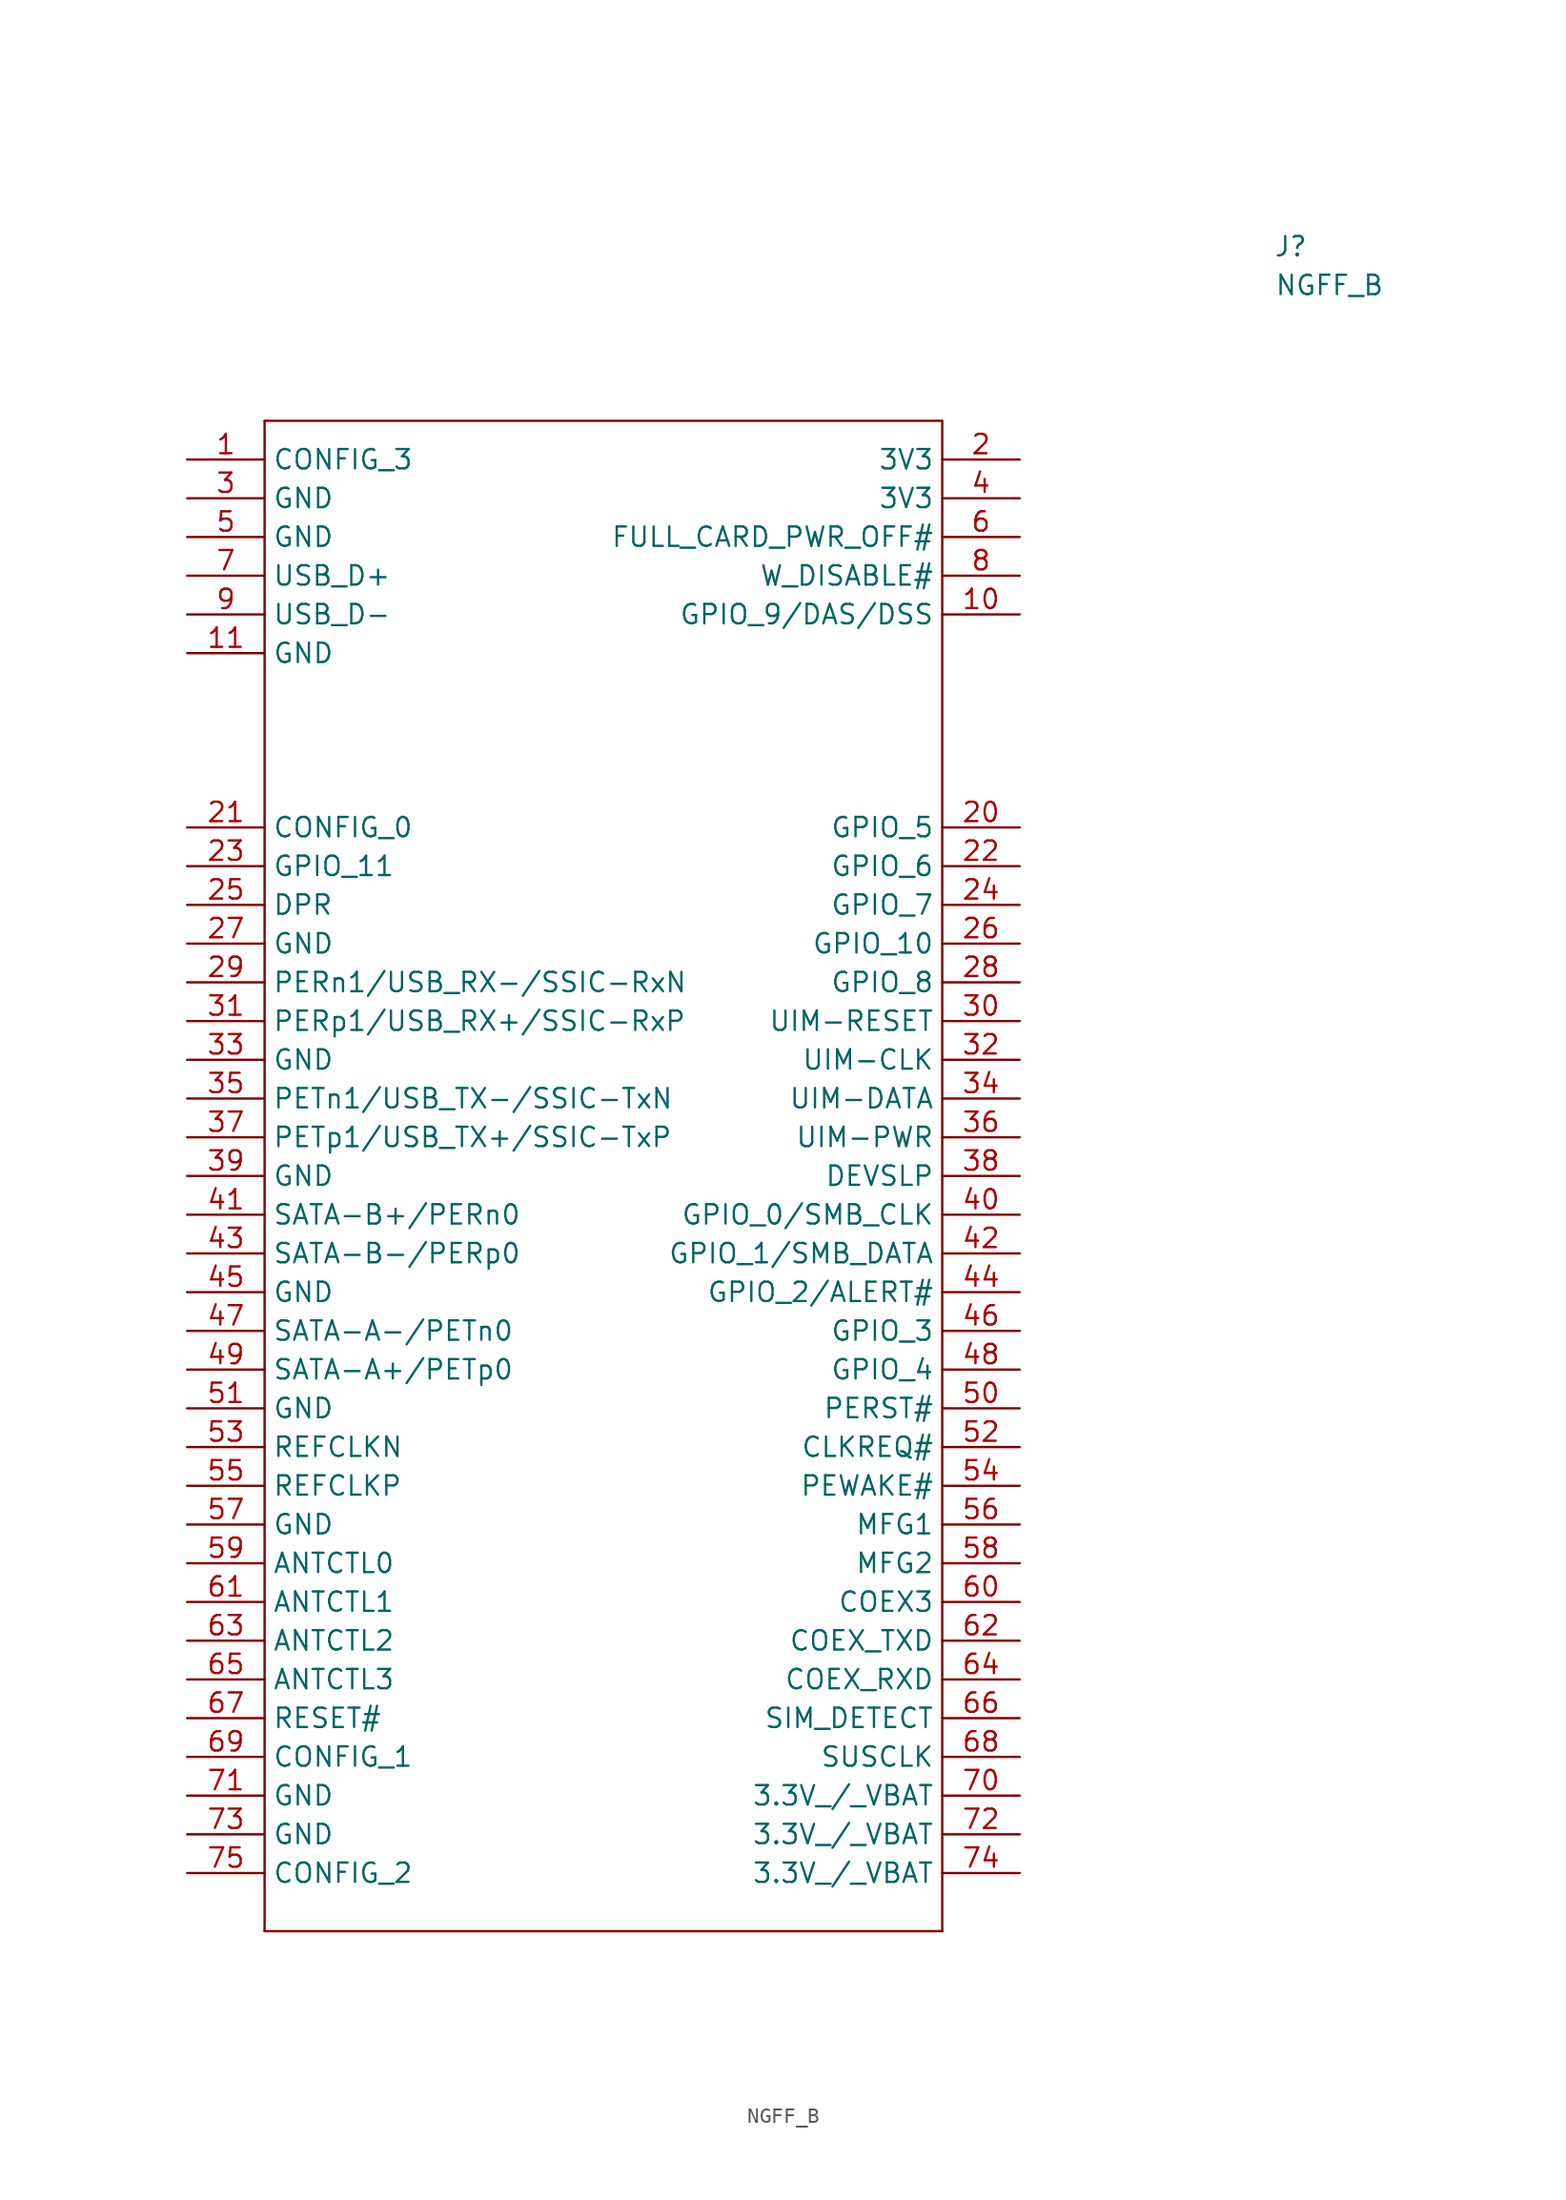
<source format=kicad_sym>
(kicad_symbol_lib
  (version 20211014)
  (generator kicad_symbol_editor)
  (symbol "NGFF_B"
    (property "Reference" "J"
      (at 87.63 21.59 0)
      (effects (font (size 1.27 1.27))))
    (property "Value" "NGFF_B"
      (at 90.17 19.05 0)
      (effects (font (size 1.27 1.27))))
    (symbol "NGFF_B_0_1"
      (polyline (pts (xy 20.32 -88.9) (xy 64.77 -88.9)) (stroke (width 0) (type default) (color 0 0 0 0)) (fill (type none)))
      (polyline (pts (xy 20.32 10.16) (xy 20.32 -88.9)) (stroke (width 0) (type default) (color 0 0 0 0)) (fill (type none)))
      (polyline (pts (xy 20.32 10.16) (xy 64.77 10.16) (xy 64.77 -88.9)) (stroke (width 0) (type default) (color 0 0 0 0)) (fill (type none))))
    (symbol "NGFF_B_1_1"
      (pin passive line (at 15.24 7.62 0) (length 5.08) (name "CONFIG_3" (effects (font (size 1.27 1.27)))) (number "1" (effects (font (size 1.27 1.27)))))
      (pin passive line (at 69.85 -2.54 180) (length 5.08) (name "GPIO_9/DAS/DSS" (effects (font (size 1.27 1.27)))) (number "10" (effects (font (size 1.27 1.27)))))
      (pin passive line (at 15.24 -5.08 0) (length 5.08) (name "GND" (effects (font (size 1.27 1.27)))) (number "11" (effects (font (size 1.27 1.27)))))
      (pin passive line (at 69.85 7.62 180) (length 5.08) (name "3V3" (effects (font (size 1.27 1.27)))) (number "2" (effects (font (size 1.27 1.27)))))
      (pin passive line (at 69.85 -16.51 180) (length 5.08) (name "GPIO_5" (effects (font (size 1.27 1.27)))) (number "20" (effects (font (size 1.27 1.27)))))
      (pin passive line (at 15.24 -16.51 0) (length 5.08) (name "CONFIG_0" (effects (font (size 1.27 1.27)))) (number "21" (effects (font (size 1.27 1.27)))))
      (pin passive line (at 69.85 -19.05 180) (length 5.08) (name "GPIO_6" (effects (font (size 1.27 1.27)))) (number "22" (effects (font (size 1.27 1.27)))))
      (pin passive line (at 15.24 -19.05 0) (length 5.08) (name "GPIO_11" (effects (font (size 1.27 1.27)))) (number "23" (effects (font (size 1.27 1.27)))))
      (pin passive line (at 69.85 -21.59 180) (length 5.08) (name "GPIO_7" (effects (font (size 1.27 1.27)))) (number "24" (effects (font (size 1.27 1.27)))))
      (pin passive line (at 15.24 -21.59 0) (length 5.08) (name "DPR" (effects (font (size 1.27 1.27)))) (number "25" (effects (font (size 1.27 1.27)))))
      (pin passive line (at 69.85 -24.13 180) (length 5.08) (name "GPIO_10" (effects (font (size 1.27 1.27)))) (number "26" (effects (font (size 1.27 1.27)))))
      (pin passive line (at 15.24 -24.13 0) (length 5.08) (name "GND" (effects (font (size 1.27 1.27)))) (number "27" (effects (font (size 1.27 1.27)))))
      (pin passive line (at 69.85 -26.67 180) (length 5.08) (name "GPIO_8" (effects (font (size 1.27 1.27)))) (number "28" (effects (font (size 1.27 1.27)))))
      (pin passive line (at 15.24 -26.67 0) (length 5.08) (name "PERn1/USB_RX-/SSIC-RxN" (effects (font (size 1.27 1.27)))) (number "29" (effects (font (size 1.27 1.27)))))
      (pin passive line (at 15.24 5.08 0) (length 5.08) (name "GND" (effects (font (size 1.27 1.27)))) (number "3" (effects (font (size 1.27 1.27)))))
      (pin passive line (at 69.85 -29.21 180) (length 5.08) (name "UIM-RESET" (effects (font (size 1.27 1.27)))) (number "30" (effects (font (size 1.27 1.27)))))
      (pin passive line (at 15.24 -29.21 0) (length 5.08) (name "PERp1/USB_RX+/SSIC-RxP" (effects (font (size 1.27 1.27)))) (number "31" (effects (font (size 1.27 1.27)))))
      (pin passive line (at 69.85 -31.75 180) (length 5.08) (name "UIM-CLK" (effects (font (size 1.27 1.27)))) (number "32" (effects (font (size 1.27 1.27)))))
      (pin passive line (at 15.24 -31.75 0) (length 5.08) (name "GND" (effects (font (size 1.27 1.27)))) (number "33" (effects (font (size 1.27 1.27)))))
      (pin passive line (at 69.85 -34.29 180) (length 5.08) (name "UIM-DATA" (effects (font (size 1.27 1.27)))) (number "34" (effects (font (size 1.27 1.27)))))
      (pin passive line (at 15.24 -34.29 0) (length 5.08) (name "PETn1/USB_TX-/SSIC-TxN" (effects (font (size 1.27 1.27)))) (number "35" (effects (font (size 1.27 1.27)))))
      (pin passive line (at 69.85 -36.83 180) (length 5.08) (name "UIM-PWR" (effects (font (size 1.27 1.27)))) (number "36" (effects (font (size 1.27 1.27)))))
      (pin passive line (at 15.24 -36.83 0) (length 5.08) (name "PETp1/USB_TX+/SSIC-TxP" (effects (font (size 1.27 1.27)))) (number "37" (effects (font (size 1.27 1.27)))))
      (pin passive line (at 69.85 -39.37 180) (length 5.08) (name "DEVSLP" (effects (font (size 1.27 1.27)))) (number "38" (effects (font (size 1.27 1.27)))))
      (pin passive line (at 15.24 -39.37 0) (length 5.08) (name "GND" (effects (font (size 1.27 1.27)))) (number "39" (effects (font (size 1.27 1.27)))))
      (pin passive line (at 69.85 5.08 180) (length 5.08) (name "3V3" (effects (font (size 1.27 1.27)))) (number "4" (effects (font (size 1.27 1.27)))))
      (pin passive line (at 69.85 -41.91 180) (length 5.08) (name "GPIO_0/SMB_CLK" (effects (font (size 1.27 1.27)))) (number "40" (effects (font (size 1.27 1.27)))))
      (pin passive line (at 15.24 -41.91 0) (length 5.08) (name "SATA-B+/PERn0" (effects (font (size 1.27 1.27)))) (number "41" (effects (font (size 1.27 1.27)))))
      (pin passive line (at 69.85 -44.45 180) (length 5.08) (name "GPIO_1/SMB_DATA" (effects (font (size 1.27 1.27)))) (number "42" (effects (font (size 1.27 1.27)))))
      (pin passive line (at 15.24 -44.45 0) (length 5.08) (name "SATA-B-/PERp0" (effects (font (size 1.27 1.27)))) (number "43" (effects (font (size 1.27 1.27)))))
      (pin passive line (at 69.85 -46.99 180) (length 5.08) (name "GPIO_2/ALERT#" (effects (font (size 1.27 1.27)))) (number "44" (effects (font (size 1.27 1.27)))))
      (pin passive line (at 15.24 -46.99 0) (length 5.08) (name "GND" (effects (font (size 1.27 1.27)))) (number "45" (effects (font (size 1.27 1.27)))))
      (pin passive line (at 69.85 -49.53 180) (length 5.08) (name "GPIO_3" (effects (font (size 1.27 1.27)))) (number "46" (effects (font (size 1.27 1.27)))))
      (pin passive line (at 15.24 -49.53 0) (length 5.08) (name "SATA-A-/PETn0" (effects (font (size 1.27 1.27)))) (number "47" (effects (font (size 1.27 1.27)))))
      (pin passive line (at 69.85 -52.07 180) (length 5.08) (name "GPIO_4" (effects (font (size 1.27 1.27)))) (number "48" (effects (font (size 1.27 1.27)))))
      (pin passive line (at 15.24 -52.07 0) (length 5.08) (name "SATA-A+/PETp0" (effects (font (size 1.27 1.27)))) (number "49" (effects (font (size 1.27 1.27)))))
      (pin passive line (at 15.24 2.54 0) (length 5.08) (name "GND" (effects (font (size 1.27 1.27)))) (number "5" (effects (font (size 1.27 1.27)))))
      (pin passive line (at 69.85 -54.61 180) (length 5.08) (name "PERST#" (effects (font (size 1.27 1.27)))) (number "50" (effects (font (size 1.27 1.27)))))
      (pin passive line (at 15.24 -54.61 0) (length 5.08) (name "GND" (effects (font (size 1.27 1.27)))) (number "51" (effects (font (size 1.27 1.27)))))
      (pin passive line (at 69.85 -57.15 180) (length 5.08) (name "CLKREQ#" (effects (font (size 1.27 1.27)))) (number "52" (effects (font (size 1.27 1.27)))))
      (pin passive line (at 15.24 -57.15 0) (length 5.08) (name "REFCLKN" (effects (font (size 1.27 1.27)))) (number "53" (effects (font (size 1.27 1.27)))))
      (pin passive line (at 69.85 -59.69 180) (length 5.08) (name "PEWAKE#" (effects (font (size 1.27 1.27)))) (number "54" (effects (font (size 1.27 1.27)))))
      (pin passive line (at 15.24 -59.69 0) (length 5.08) (name "REFCLKP" (effects (font (size 1.27 1.27)))) (number "55" (effects (font (size 1.27 1.27)))))
      (pin passive line (at 69.85 -62.23 180) (length 5.08) (name "MFG1" (effects (font (size 1.27 1.27)))) (number "56" (effects (font (size 1.27 1.27)))))
      (pin passive line (at 15.24 -62.23 0) (length 5.08) (name "GND" (effects (font (size 1.27 1.27)))) (number "57" (effects (font (size 1.27 1.27)))))
      (pin passive line (at 69.85 -64.77 180) (length 5.08) (name "MFG2" (effects (font (size 1.27 1.27)))) (number "58" (effects (font (size 1.27 1.27)))))
      (pin passive line (at 15.24 -64.77 0) (length 5.08) (name "ANTCTL0" (effects (font (size 1.27 1.27)))) (number "59" (effects (font (size 1.27 1.27)))))
      (pin passive line (at 69.85 2.54 180) (length 5.08) (name "FULL_CARD_PWR_OFF#" (effects (font (size 1.27 1.27)))) (number "6" (effects (font (size 1.27 1.27)))))
      (pin passive line (at 69.85 -67.31 180) (length 5.08) (name "COEX3" (effects (font (size 1.27 1.27)))) (number "60" (effects (font (size 1.27 1.27)))))
      (pin passive line (at 15.24 -67.31 0) (length 5.08) (name "ANTCTL1" (effects (font (size 1.27 1.27)))) (number "61" (effects (font (size 1.27 1.27)))))
      (pin passive line (at 69.85 -69.85 180) (length 5.08) (name "COEX_TXD" (effects (font (size 1.27 1.27)))) (number "62" (effects (font (size 1.27 1.27)))))
      (pin passive line (at 15.24 -69.85 0) (length 5.08) (name "ANTCTL2" (effects (font (size 1.27 1.27)))) (number "63" (effects (font (size 1.27 1.27)))))
      (pin passive line (at 69.85 -72.39 180) (length 5.08) (name "COEX_RXD" (effects (font (size 1.27 1.27)))) (number "64" (effects (font (size 1.27 1.27)))))
      (pin passive line (at 15.24 -72.39 0) (length 5.08) (name "ANTCTL3" (effects (font (size 1.27 1.27)))) (number "65" (effects (font (size 1.27 1.27)))))
      (pin passive line (at 69.85 -74.93 180) (length 5.08) (name "SIM_DETECT" (effects (font (size 1.27 1.27)))) (number "66" (effects (font (size 1.27 1.27)))))
      (pin passive line (at 15.24 -74.93 0) (length 5.08) (name "RESET#" (effects (font (size 1.27 1.27)))) (number "67" (effects (font (size 1.27 1.27)))))
      (pin passive line (at 69.85 -77.47 180) (length 5.08) (name "SUSCLK" (effects (font (size 1.27 1.27)))) (number "68" (effects (font (size 1.27 1.27)))))
      (pin passive line (at 15.24 -77.47 0) (length 5.08) (name "CONFIG_1" (effects (font (size 1.27 1.27)))) (number "69" (effects (font (size 1.27 1.27)))))
      (pin passive line (at 15.24 0 0) (length 5.08) (name "USB_D+" (effects (font (size 1.27 1.27)))) (number "7" (effects (font (size 1.27 1.27)))))
      (pin passive line (at 69.85 -80.01 180) (length 5.08) (name "3.3V_/_VBAT" (effects (font (size 1.27 1.27)))) (number "70" (effects (font (size 1.27 1.27)))))
      (pin passive line (at 15.24 -80.01 0) (length 5.08) (name "GND" (effects (font (size 1.27 1.27)))) (number "71" (effects (font (size 1.27 1.27)))))
      (pin passive line (at 69.85 -82.55 180) (length 5.08) (name "3.3V_/_VBAT" (effects (font (size 1.27 1.27)))) (number "72" (effects (font (size 1.27 1.27)))))
      (pin passive line (at 15.24 -82.55 0) (length 5.08) (name "GND" (effects (font (size 1.27 1.27)))) (number "73" (effects (font (size 1.27 1.27)))))
      (pin passive line (at 69.85 -85.09 180) (length 5.08) (name "3.3V_/_VBAT" (effects (font (size 1.27 1.27)))) (number "74" (effects (font (size 1.27 1.27)))))
      (pin passive line (at 15.24 -85.09 0) (length 5.08) (name "CONFIG_2" (effects (font (size 1.27 1.27)))) (number "75" (effects (font (size 1.27 1.27)))))
      (pin passive line (at 69.85 0 180) (length 5.08) (name "W_DISABLE#" (effects (font (size 1.27 1.27)))) (number "8" (effects (font (size 1.27 1.27)))))
      (pin passive line (at 15.24 -2.54 0) (length 5.08) (name "USB_D-" (effects (font (size 1.27 1.27)))) (number "9" (effects (font (size 1.27 1.27))))))))
</source>
